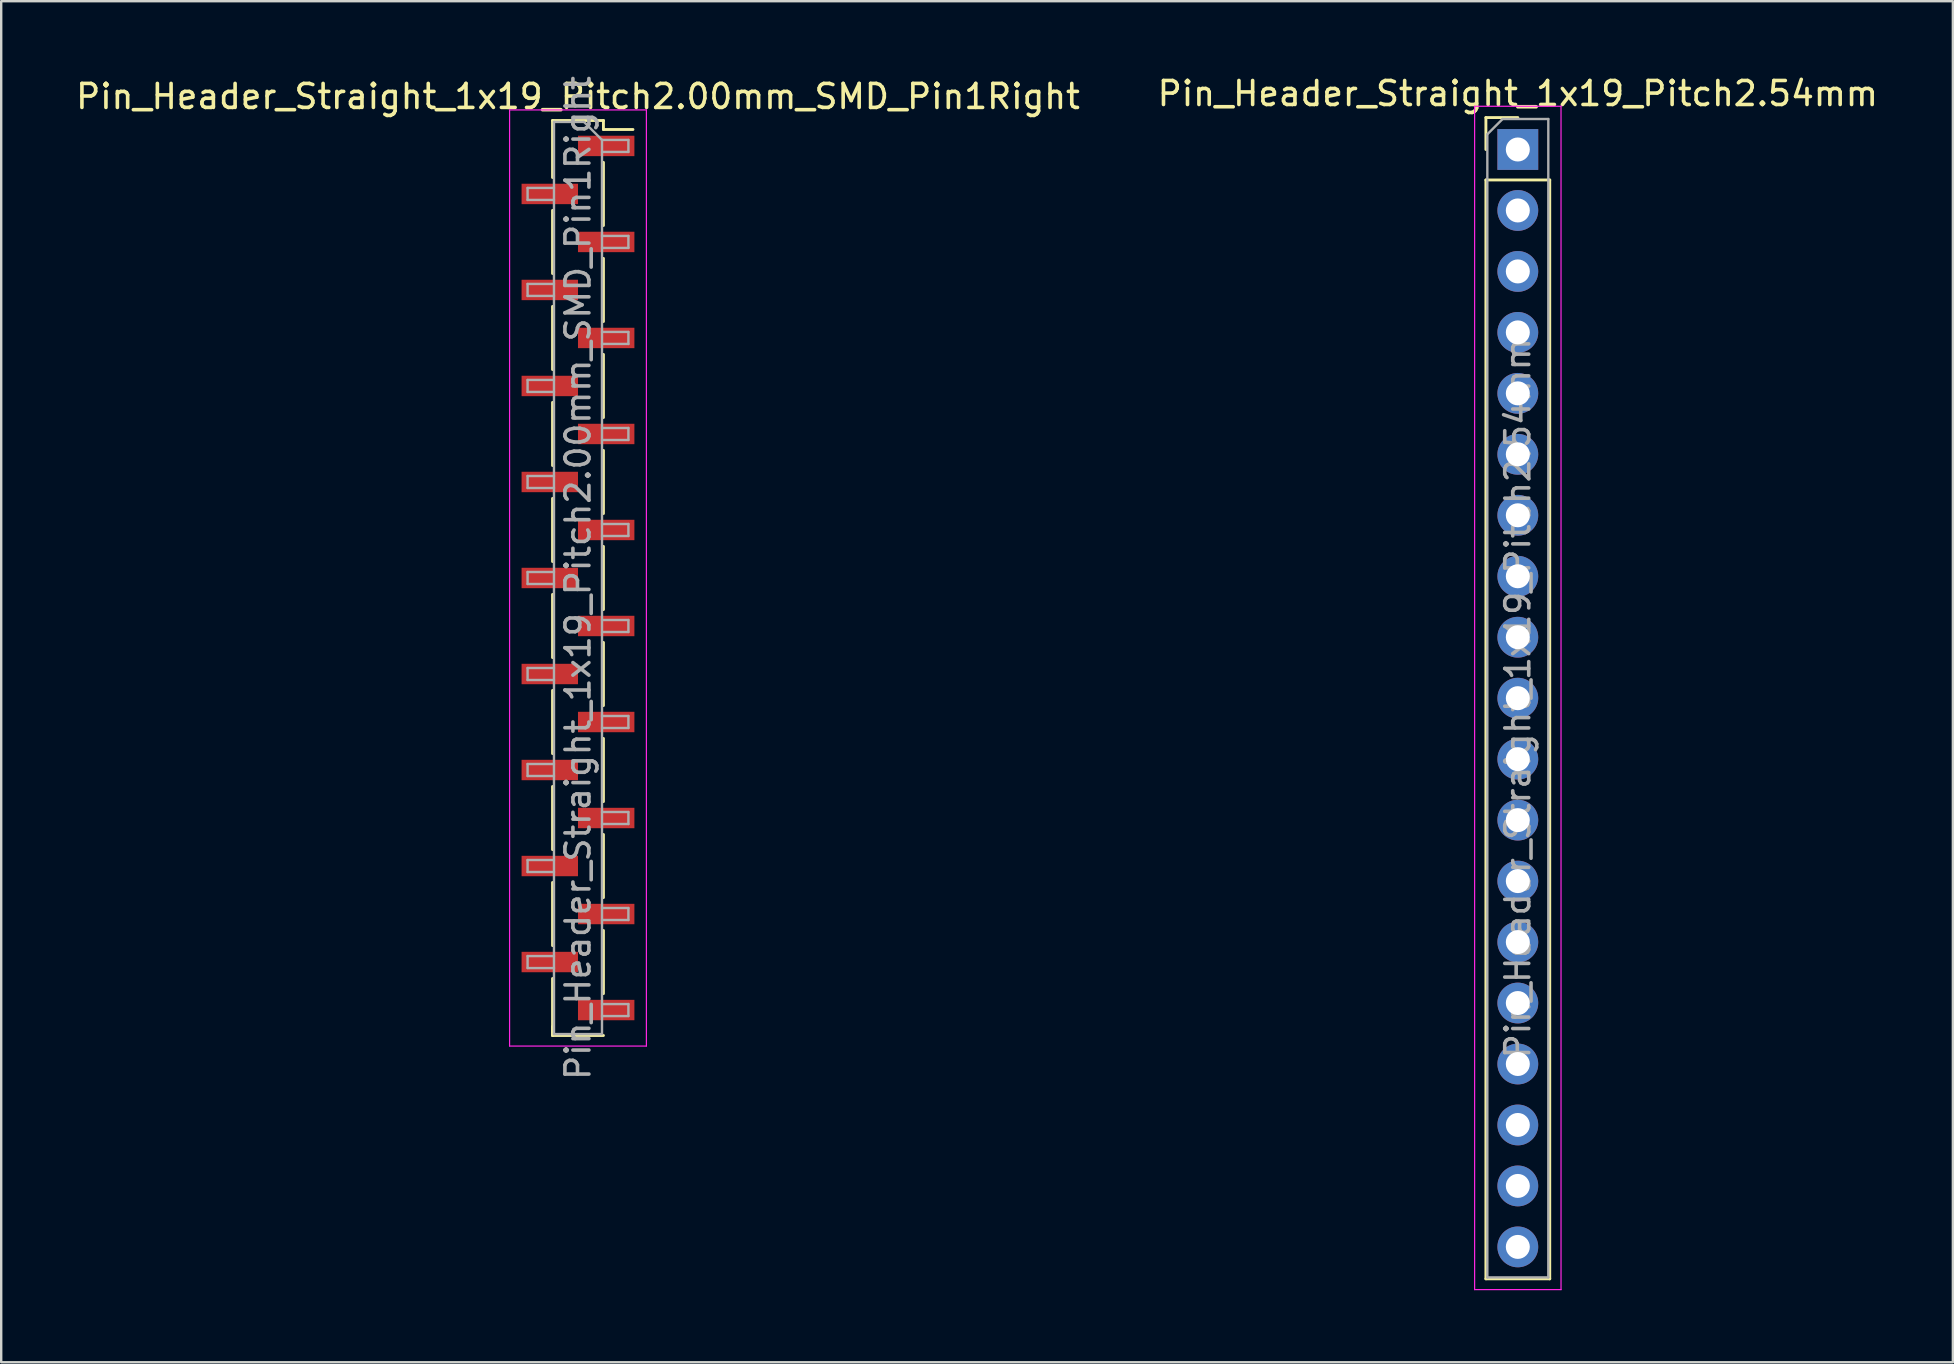
<source format=kicad_pcb>
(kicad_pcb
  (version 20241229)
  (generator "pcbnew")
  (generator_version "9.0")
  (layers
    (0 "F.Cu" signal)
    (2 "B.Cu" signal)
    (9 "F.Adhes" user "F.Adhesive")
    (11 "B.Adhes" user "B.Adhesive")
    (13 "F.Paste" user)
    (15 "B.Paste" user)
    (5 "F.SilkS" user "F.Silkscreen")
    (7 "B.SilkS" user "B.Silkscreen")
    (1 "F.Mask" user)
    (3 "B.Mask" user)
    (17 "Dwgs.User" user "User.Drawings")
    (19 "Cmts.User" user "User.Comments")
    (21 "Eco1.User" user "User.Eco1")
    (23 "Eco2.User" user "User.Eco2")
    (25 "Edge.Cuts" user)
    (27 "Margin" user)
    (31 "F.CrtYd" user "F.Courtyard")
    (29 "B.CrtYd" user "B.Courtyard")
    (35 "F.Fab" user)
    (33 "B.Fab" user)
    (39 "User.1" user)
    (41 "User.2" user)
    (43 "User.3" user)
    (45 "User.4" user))
  (footprint "Pin_Header_Straight_1x19_Pitch2.00mm_SMD_Pin1Right"
    (layer "F.Cu")
    (at 21.03 21.03)
    (property "Reference" "Pin_Header_Straight_1x19_Pitch2.00mm_SMD_Pin1Right" (at 0 -20.06 0) (layer "F.SilkS") (effects (font (size 1 1) (thickness 0.15))))
    (attr smd)
    (fp_line (start -1.06 -19.06) (end -1.06 -16.685) (stroke (width 0.12) (type solid)) (layer "F.SilkS"))
    (fp_line (start -1.06 -19.06) (end 1.06 -19.06) (stroke (width 0.12) (type solid)) (layer "F.SilkS"))
    (fp_line (start -1.06 -15.315) (end -1.06 -12.685) (stroke (width 0.12) (type solid)) (layer "F.SilkS"))
    (fp_line (start -1.06 -11.315) (end -1.06 -8.685) (stroke (width 0.12) (type solid)) (layer "F.SilkS"))
    (fp_line (start -1.06 -7.315) (end -1.06 -4.685) (stroke (width 0.12) (type solid)) (layer "F.SilkS"))
    (fp_line (start -1.06 -3.315) (end -1.06 -0.685) (stroke (width 0.12) (type solid)) (layer "F.SilkS"))
    (fp_line (start -1.06 0.685) (end -1.06 3.315) (stroke (width 0.12) (type solid)) (layer "F.SilkS"))
    (fp_line (start -1.06 4.685) (end -1.06 7.315) (stroke (width 0.12) (type solid)) (layer "F.SilkS"))
    (fp_line (start -1.06 8.685) (end -1.06 11.315) (stroke (width 0.12) (type solid)) (layer "F.SilkS"))
    (fp_line (start -1.06 12.685) (end -1.06 15.315) (stroke (width 0.12) (type solid)) (layer "F.SilkS"))
    (fp_line (start -1.06 16.685) (end -1.06 19.06) (stroke (width 0.12) (type solid)) (layer "F.SilkS"))
    (fp_line (start -1.06 18.685) (end -1.06 19.06) (stroke (width 0.12) (type solid)) (layer "F.SilkS"))
    (fp_line (start -1.06 19.06) (end 1.06 19.06) (stroke (width 0.12) (type solid)) (layer "F.SilkS"))
    (fp_line (start 1.06 -19.06) (end 1.06 -18.685) (stroke (width 0.12) (type solid)) (layer "F.SilkS"))
    (fp_line (start 1.06 -18.685) (end 2.29 -18.685) (stroke (width 0.12) (type solid)) (layer "F.SilkS"))
    (fp_line (start 1.06 -17.315) (end 1.06 -14.685) (stroke (width 0.12) (type solid)) (layer "F.SilkS"))
    (fp_line (start 1.06 -13.315) (end 1.06 -10.685) (stroke (width 0.12) (type solid)) (layer "F.SilkS"))
    (fp_line (start 1.06 -9.315) (end 1.06 -6.685) (stroke (width 0.12) (type solid)) (layer "F.SilkS"))
    (fp_line (start 1.06 -5.315) (end 1.06 -2.685) (stroke (width 0.12) (type solid)) (layer "F.SilkS"))
    (fp_line (start 1.06 -1.315) (end 1.06 1.315) (stroke (width 0.12) (type solid)) (layer "F.SilkS"))
    (fp_line (start 1.06 2.685) (end 1.06 5.315) (stroke (width 0.12) (type solid)) (layer "F.SilkS"))
    (fp_line (start 1.06 6.685) (end 1.06 9.315) (stroke (width 0.12) (type solid)) (layer "F.SilkS"))
    (fp_line (start 1.06 10.685) (end 1.06 13.315) (stroke (width 0.12) (type solid)) (layer "F.SilkS"))
    (fp_line (start 1.06 14.685) (end 1.06 17.315) (stroke (width 0.12) (type solid)) (layer "F.SilkS"))
    (fp_line (start -2.85 -19.5) (end -2.85 19.5) (stroke (width 0.05) (type solid)) (layer "F.CrtYd"))
    (fp_line (start -2.85 19.5) (end 2.85 19.5) (stroke (width 0.05) (type solid)) (layer "F.CrtYd"))
    (fp_line (start 2.85 -19.5) (end -2.85 -19.5) (stroke (width 0.05) (type solid)) (layer "F.CrtYd"))
    (fp_line (start 2.85 19.5) (end 2.85 -19.5) (stroke (width 0.05) (type solid)) (layer "F.CrtYd"))
    (fp_line (start -2.1 -16.25) (end -2.1 -15.75) (stroke (width 0.1) (type solid)) (layer "F.Fab"))
    (fp_line (start -2.1 -15.75) (end -1 -15.75) (stroke (width 0.1) (type solid)) (layer "F.Fab"))
    (fp_line (start -2.1 -12.25) (end -2.1 -11.75) (stroke (width 0.1) (type solid)) (layer "F.Fab"))
    (fp_line (start -2.1 -11.75) (end -1 -11.75) (stroke (width 0.1) (type solid)) (layer "F.Fab"))
    (fp_line (start -2.1 -8.25) (end -2.1 -7.75) (stroke (width 0.1) (type solid)) (layer "F.Fab"))
    (fp_line (start -2.1 -7.75) (end -1 -7.75) (stroke (width 0.1) (type solid)) (layer "F.Fab"))
    (fp_line (start -2.1 -4.25) (end -2.1 -3.75) (stroke (width 0.1) (type solid)) (layer "F.Fab"))
    (fp_line (start -2.1 -3.75) (end -1 -3.75) (stroke (width 0.1) (type solid)) (layer "F.Fab"))
    (fp_line (start -2.1 -0.25) (end -2.1 0.25) (stroke (width 0.1) (type solid)) (layer "F.Fab"))
    (fp_line (start -2.1 0.25) (end -1 0.25) (stroke (width 0.1) (type solid)) (layer "F.Fab"))
    (fp_line (start -2.1 3.75) (end -2.1 4.25) (stroke (width 0.1) (type solid)) (layer "F.Fab"))
    (fp_line (start -2.1 4.25) (end -1 4.25) (stroke (width 0.1) (type solid)) (layer "F.Fab"))
    (fp_line (start -2.1 7.75) (end -2.1 8.25) (stroke (width 0.1) (type solid)) (layer "F.Fab"))
    (fp_line (start -2.1 8.25) (end -1 8.25) (stroke (width 0.1) (type solid)) (layer "F.Fab"))
    (fp_line (start -2.1 11.75) (end -2.1 12.25) (stroke (width 0.1) (type solid)) (layer "F.Fab"))
    (fp_line (start -2.1 12.25) (end -1 12.25) (stroke (width 0.1) (type solid)) (layer "F.Fab"))
    (fp_line (start -2.1 15.75) (end -2.1 16.25) (stroke (width 0.1) (type solid)) (layer "F.Fab"))
    (fp_line (start -2.1 16.25) (end -1 16.25) (stroke (width 0.1) (type solid)) (layer "F.Fab"))
    (fp_line (start -1 -19) (end -1 19) (stroke (width 0.1) (type solid)) (layer "F.Fab"))
    (fp_line (start -1 -19) (end 0.25 -19) (stroke (width 0.1) (type solid)) (layer "F.Fab"))
    (fp_line (start -1 -16.25) (end -2.1 -16.25) (stroke (width 0.1) (type solid)) (layer "F.Fab"))
    (fp_line (start -1 -12.25) (end -2.1 -12.25) (stroke (width 0.1) (type solid)) (layer "F.Fab"))
    (fp_line (start -1 -8.25) (end -2.1 -8.25) (stroke (width 0.1) (type solid)) (layer "F.Fab"))
    (fp_line (start -1 -4.25) (end -2.1 -4.25) (stroke (width 0.1) (type solid)) (layer "F.Fab"))
    (fp_line (start -1 -0.25) (end -2.1 -0.25) (stroke (width 0.1) (type solid)) (layer "F.Fab"))
    (fp_line (start -1 3.75) (end -2.1 3.75) (stroke (width 0.1) (type solid)) (layer "F.Fab"))
    (fp_line (start -1 7.75) (end -2.1 7.75) (stroke (width 0.1) (type solid)) (layer "F.Fab"))
    (fp_line (start -1 11.75) (end -2.1 11.75) (stroke (width 0.1) (type solid)) (layer "F.Fab"))
    (fp_line (start -1 15.75) (end -2.1 15.75) (stroke (width 0.1) (type solid)) (layer "F.Fab"))
    (fp_line (start 1 -18.25) (end 0.25 -19) (stroke (width 0.1) (type solid)) (layer "F.Fab"))
    (fp_line (start 1 -18.25) (end 2.1 -18.25) (stroke (width 0.1) (type solid)) (layer "F.Fab"))
    (fp_line (start 1 -14.25) (end 2.1 -14.25) (stroke (width 0.1) (type solid)) (layer "F.Fab"))
    (fp_line (start 1 -10.25) (end 2.1 -10.25) (stroke (width 0.1) (type solid)) (layer "F.Fab"))
    (fp_line (start 1 -6.25) (end 2.1 -6.25) (stroke (width 0.1) (type solid)) (layer "F.Fab"))
    (fp_line (start 1 -2.25) (end 2.1 -2.25) (stroke (width 0.1) (type solid)) (layer "F.Fab"))
    (fp_line (start 1 1.75) (end 2.1 1.75) (stroke (width 0.1) (type solid)) (layer "F.Fab"))
    (fp_line (start 1 5.75) (end 2.1 5.75) (stroke (width 0.1) (type solid)) (layer "F.Fab"))
    (fp_line (start 1 9.75) (end 2.1 9.75) (stroke (width 0.1) (type solid)) (layer "F.Fab"))
    (fp_line (start 1 13.75) (end 2.1 13.75) (stroke (width 0.1) (type solid)) (layer "F.Fab"))
    (fp_line (start 1 17.75) (end 2.1 17.75) (stroke (width 0.1) (type solid)) (layer "F.Fab"))
    (fp_line (start 1 19) (end -1 19) (stroke (width 0.1) (type solid)) (layer "F.Fab"))
    (fp_line (start 1 19) (end 1 -18.25) (stroke (width 0.1) (type solid)) (layer "F.Fab"))
    (fp_line (start 2.1 -18.25) (end 2.1 -17.75) (stroke (width 0.1) (type solid)) (layer "F.Fab"))
    (fp_line (start 2.1 -17.75) (end 1 -17.75) (stroke (width 0.1) (type solid)) (layer "F.Fab"))
    (fp_line (start 2.1 -14.25) (end 2.1 -13.75) (stroke (width 0.1) (type solid)) (layer "F.Fab"))
    (fp_line (start 2.1 -13.75) (end 1 -13.75) (stroke (width 0.1) (type solid)) (layer "F.Fab"))
    (fp_line (start 2.1 -10.25) (end 2.1 -9.75) (stroke (width 0.1) (type solid)) (layer "F.Fab"))
    (fp_line (start 2.1 -9.75) (end 1 -9.75) (stroke (width 0.1) (type solid)) (layer "F.Fab"))
    (fp_line (start 2.1 -6.25) (end 2.1 -5.75) (stroke (width 0.1) (type solid)) (layer "F.Fab"))
    (fp_line (start 2.1 -5.75) (end 1 -5.75) (stroke (width 0.1) (type solid)) (layer "F.Fab"))
    (fp_line (start 2.1 -2.25) (end 2.1 -1.75) (stroke (width 0.1) (type solid)) (layer "F.Fab"))
    (fp_line (start 2.1 -1.75) (end 1 -1.75) (stroke (width 0.1) (type solid)) (layer "F.Fab"))
    (fp_line (start 2.1 1.75) (end 2.1 2.25) (stroke (width 0.1) (type solid)) (layer "F.Fab"))
    (fp_line (start 2.1 2.25) (end 1 2.25) (stroke (width 0.1) (type solid)) (layer "F.Fab"))
    (fp_line (start 2.1 5.75) (end 2.1 6.25) (stroke (width 0.1) (type solid)) (layer "F.Fab"))
    (fp_line (start 2.1 6.25) (end 1 6.25) (stroke (width 0.1) (type solid)) (layer "F.Fab"))
    (fp_line (start 2.1 9.75) (end 2.1 10.25) (stroke (width 0.1) (type solid)) (layer "F.Fab"))
    (fp_line (start 2.1 10.25) (end 1 10.25) (stroke (width 0.1) (type solid)) (layer "F.Fab"))
    (fp_line (start 2.1 13.75) (end 2.1 14.25) (stroke (width 0.1) (type solid)) (layer "F.Fab"))
    (fp_line (start 2.1 14.25) (end 1 14.25) (stroke (width 0.1) (type solid)) (layer "F.Fab"))
    (fp_line (start 2.1 17.75) (end 2.1 18.25) (stroke (width 0.1) (type solid)) (layer "F.Fab"))
    (fp_line (start 2.1 18.25) (end 1 18.25) (stroke (width 0.1) (type solid)) (layer "F.Fab"))
    (fp_text user "${REFERENCE}" (at 0 0 90) (layer "F.Fab") (effects (font (size 1 1) (thickness 0.15))))
    (pad "1" smd rect (at 1.175 -18) (size 2.35 0.85) (layers "F.Cu" "F.Mask" "F.Paste"))
    (pad "2" smd rect (at -1.175 -16) (size 2.35 0.85) (layers "F.Cu" "F.Mask" "F.Paste"))
    (pad "3" smd rect (at 1.175 -14) (size 2.35 0.85) (layers "F.Cu" "F.Mask" "F.Paste"))
    (pad "4" smd rect (at -1.175 -12) (size 2.35 0.85) (layers "F.Cu" "F.Mask" "F.Paste"))
    (pad "5" smd rect (at 1.175 -10) (size 2.35 0.85) (layers "F.Cu" "F.Mask" "F.Paste"))
    (pad "6" smd rect (at -1.175 -8) (size 2.35 0.85) (layers "F.Cu" "F.Mask" "F.Paste"))
    (pad "7" smd rect (at 1.175 -6) (size 2.35 0.85) (layers "F.Cu" "F.Mask" "F.Paste"))
    (pad "8" smd rect (at -1.175 -4) (size 2.35 0.85) (layers "F.Cu" "F.Mask" "F.Paste"))
    (pad "9" smd rect (at 1.175 -2) (size 2.35 0.85) (layers "F.Cu" "F.Mask" "F.Paste"))
    (pad "10" smd rect (at -1.175 0) (size 2.35 0.85) (layers "F.Cu" "F.Mask" "F.Paste"))
    (pad "11" smd rect (at 1.175 2) (size 2.35 0.85) (layers "F.Cu" "F.Mask" "F.Paste"))
    (pad "12" smd rect (at -1.175 4) (size 2.35 0.85) (layers "F.Cu" "F.Mask" "F.Paste"))
    (pad "13" smd rect (at 1.175 6) (size 2.35 0.85) (layers "F.Cu" "F.Mask" "F.Paste"))
    (pad "14" smd rect (at -1.175 8) (size 2.35 0.85) (layers "F.Cu" "F.Mask" "F.Paste"))
    (pad "15" smd rect (at 1.175 10) (size 2.35 0.85) (layers "F.Cu" "F.Mask" "F.Paste"))
    (pad "16" smd rect (at -1.175 12) (size 2.35 0.85) (layers "F.Cu" "F.Mask" "F.Paste"))
    (pad "17" smd rect (at 1.175 14) (size 2.35 0.85) (layers "F.Cu" "F.Mask" "F.Paste"))
    (pad "18" smd rect (at -1.175 16) (size 2.35 0.85) (layers "F.Cu" "F.Mask" "F.Paste"))
    (pad "19" smd rect (at 1.175 18) (size 2.35 0.85) (layers "F.Cu" "F.Mask" "F.Paste")))
  (footprint "Pin_Header_Straight_1x19_Pitch2.54mm"
    (layer "F.Cu")
    (at 60.185 3.178)
    (property "Reference" "Pin_Header_Straight_1x19_Pitch2.54mm" (at 0 -2.33 0) (layer "F.SilkS") (effects (font (size 1 1) (thickness 0.15))))
    (attr through_hole)
    (fp_line (start -1.33 -1.33) (end 0 -1.33) (stroke (width 0.12) (type solid)) (layer "F.SilkS"))
    (fp_line (start -1.33 0) (end -1.33 -1.33) (stroke (width 0.12) (type solid)) (layer "F.SilkS"))
    (fp_line (start -1.33 1.27) (end -1.33 47.05) (stroke (width 0.12) (type solid)) (layer "F.SilkS"))
    (fp_line (start -1.33 1.27) (end 1.33 1.27) (stroke (width 0.12) (type solid)) (layer "F.SilkS"))
    (fp_line (start -1.33 47.05) (end 1.33 47.05) (stroke (width 0.12) (type solid)) (layer "F.SilkS"))
    (fp_line (start 1.33 1.27) (end 1.33 47.05) (stroke (width 0.12) (type solid)) (layer "F.SilkS"))
    (fp_line (start -1.8 -1.8) (end -1.8 47.5) (stroke (width 0.05) (type solid)) (layer "F.CrtYd"))
    (fp_line (start -1.8 47.5) (end 1.8 47.5) (stroke (width 0.05) (type solid)) (layer "F.CrtYd"))
    (fp_line (start 1.8 -1.8) (end -1.8 -1.8) (stroke (width 0.05) (type solid)) (layer "F.CrtYd"))
    (fp_line (start 1.8 47.5) (end 1.8 -1.8) (stroke (width 0.05) (type solid)) (layer "F.CrtYd"))
    (fp_line (start -1.27 -0.635) (end -0.635 -1.27) (stroke (width 0.1) (type solid)) (layer "F.Fab"))
    (fp_line (start -1.27 46.99) (end -1.27 -0.635) (stroke (width 0.1) (type solid)) (layer "F.Fab"))
    (fp_line (start -0.635 -1.27) (end 1.27 -1.27) (stroke (width 0.1) (type solid)) (layer "F.Fab"))
    (fp_line (start 1.27 -1.27) (end 1.27 46.99) (stroke (width 0.1) (type solid)) (layer "F.Fab"))
    (fp_line (start 1.27 46.99) (end -1.27 46.99) (stroke (width 0.1) (type solid)) (layer "F.Fab"))
    (fp_text user "${REFERENCE}" (at 0 22.86 90) (layer "F.Fab") (effects (font (size 1 1) (thickness 0.15))))
    (pad "1" thru_hole rect (at 0 0) (size 1.7 1.7) (drill 1) (layers "*.Cu" "*.Mask"))
    (pad "2" thru_hole oval (at 0 2.54) (size 1.7 1.7) (drill 1) (layers "*.Cu" "*.Mask"))
    (pad "3" thru_hole oval (at 0 5.08) (size 1.7 1.7) (drill 1) (layers "*.Cu" "*.Mask"))
    (pad "4" thru_hole oval (at 0 7.62) (size 1.7 1.7) (drill 1) (layers "*.Cu" "*.Mask"))
    (pad "5" thru_hole oval (at 0 10.16) (size 1.7 1.7) (drill 1) (layers "*.Cu" "*.Mask"))
    (pad "6" thru_hole oval (at 0 12.7) (size 1.7 1.7) (drill 1) (layers "*.Cu" "*.Mask"))
    (pad "7" thru_hole oval (at 0 15.24) (size 1.7 1.7) (drill 1) (layers "*.Cu" "*.Mask"))
    (pad "8" thru_hole oval (at 0 17.78) (size 1.7 1.7) (drill 1) (layers "*.Cu" "*.Mask"))
    (pad "9" thru_hole oval (at 0 20.32) (size 1.7 1.7) (drill 1) (layers "*.Cu" "*.Mask"))
    (pad "10" thru_hole oval (at 0 22.86) (size 1.7 1.7) (drill 1) (layers "*.Cu" "*.Mask"))
    (pad "11" thru_hole oval (at 0 25.4) (size 1.7 1.7) (drill 1) (layers "*.Cu" "*.Mask"))
    (pad "12" thru_hole oval (at 0 27.94) (size 1.7 1.7) (drill 1) (layers "*.Cu" "*.Mask"))
    (pad "13" thru_hole oval (at 0 30.48) (size 1.7 1.7) (drill 1) (layers "*.Cu" "*.Mask"))
    (pad "14" thru_hole oval (at 0 33.02) (size 1.7 1.7) (drill 1) (layers "*.Cu" "*.Mask"))
    (pad "15" thru_hole oval (at 0 35.56) (size 1.7 1.7) (drill 1) (layers "*.Cu" "*.Mask"))
    (pad "16" thru_hole oval (at 0 38.1) (size 1.7 1.7) (drill 1) (layers "*.Cu" "*.Mask"))
    (pad "17" thru_hole oval (at 0 40.64) (size 1.7 1.7) (drill 1) (layers "*.Cu" "*.Mask"))
    (pad "18" thru_hole oval (at 0 43.18) (size 1.7 1.7) (drill 1) (layers "*.Cu" "*.Mask"))
    (pad "19" thru_hole oval (at 0 45.72) (size 1.7 1.7) (drill 1) (layers "*.Cu" "*.Mask")))
  (gr_rect
    (start -3 -3)
    (end 78.31 53.703)
    (stroke (width 0.1) (type default))
    (fill no)
    (layer "Edge.Cuts")))
</source>
